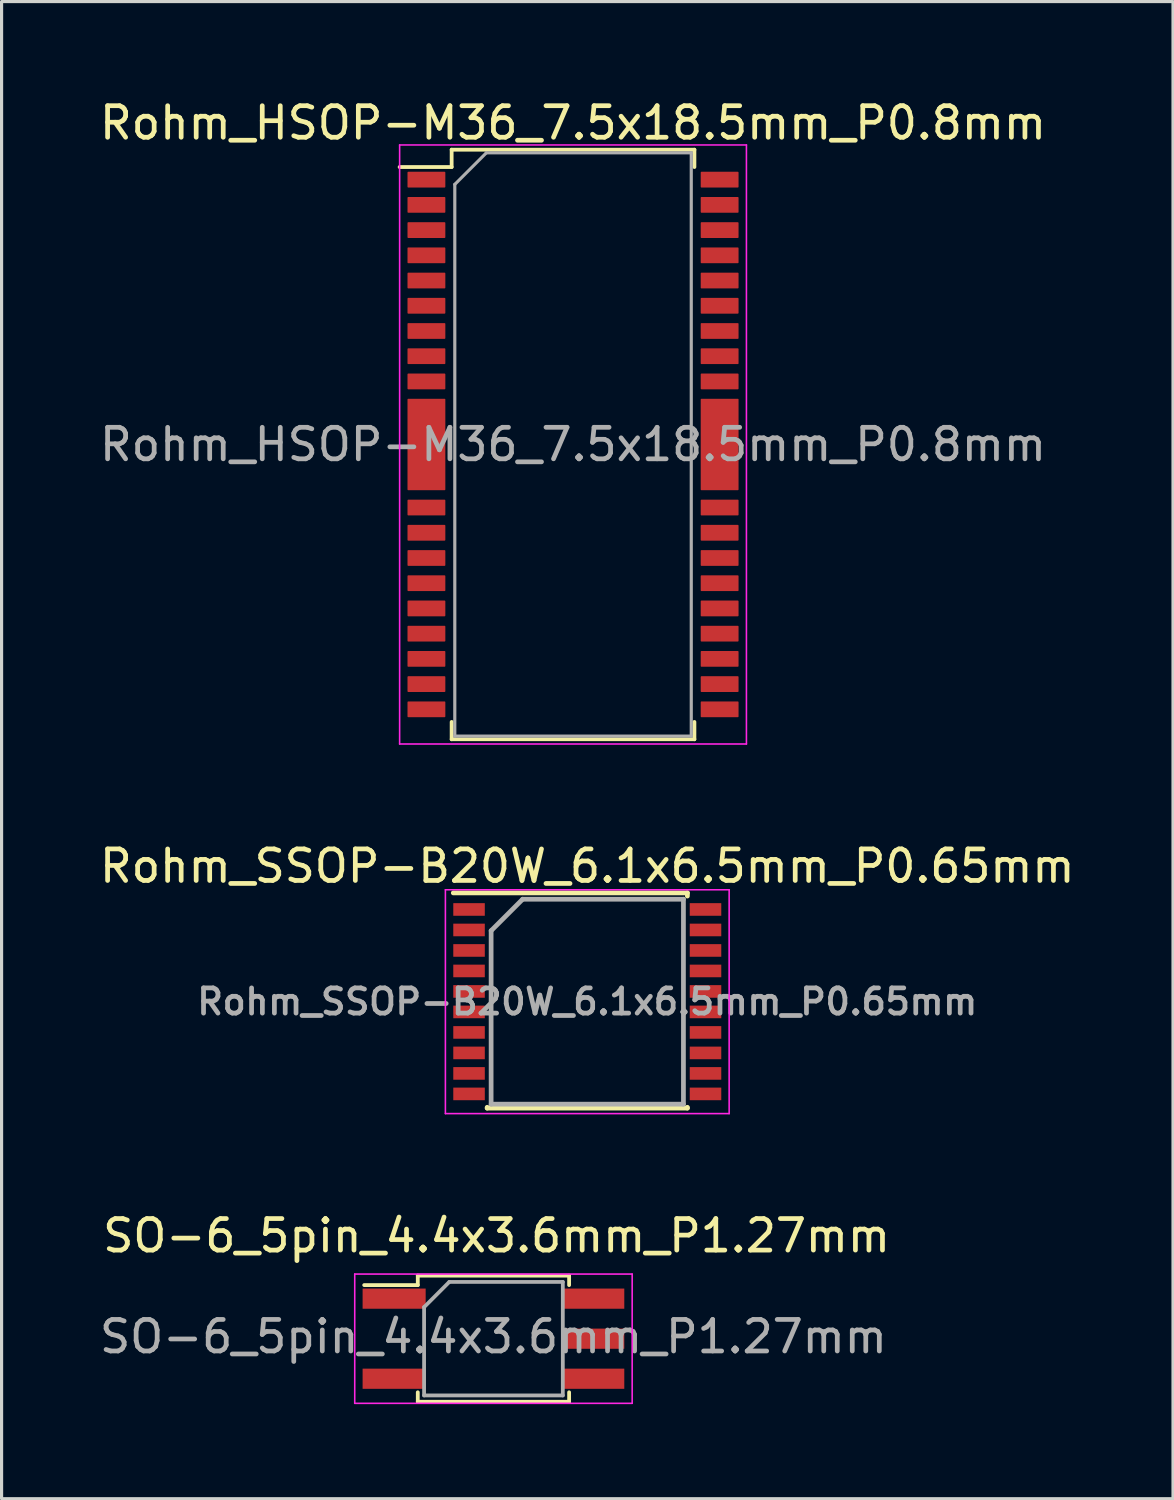
<source format=kicad_pcb>
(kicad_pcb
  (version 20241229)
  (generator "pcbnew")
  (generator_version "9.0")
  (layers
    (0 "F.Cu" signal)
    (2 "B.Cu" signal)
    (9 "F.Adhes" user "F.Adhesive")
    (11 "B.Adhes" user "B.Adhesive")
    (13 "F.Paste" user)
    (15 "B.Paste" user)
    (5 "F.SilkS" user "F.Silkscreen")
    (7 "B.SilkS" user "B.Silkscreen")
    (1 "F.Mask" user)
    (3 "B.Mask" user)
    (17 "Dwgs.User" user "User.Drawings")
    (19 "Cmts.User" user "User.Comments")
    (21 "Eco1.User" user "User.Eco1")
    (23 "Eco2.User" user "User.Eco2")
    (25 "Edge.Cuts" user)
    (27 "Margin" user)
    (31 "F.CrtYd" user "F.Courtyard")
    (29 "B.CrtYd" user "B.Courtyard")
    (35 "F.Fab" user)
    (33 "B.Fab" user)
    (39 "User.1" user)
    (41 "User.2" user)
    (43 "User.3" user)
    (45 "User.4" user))
  (footprint "SO-6_5pin_4.4x3.6mm_P1.27mm"
    (layer "F.Cu")
    (at 12.601 39.41)
    (property "Reference" "SO-6_5pin_4.4x3.6mm_P1.27mm" (at 0.1 -3.265 0) (layer "F.SilkS") (effects (font (size 1 1) (thickness 0.15))))
    (attr smd)
    (fp_line (start -2.4 -2) (end 2.4 -2) (stroke (width 0.12) (type solid)) (layer "F.SilkS"))
    (fp_line (start -2.4 -1.7) (end -4.1 -1.7) (stroke (width 0.12) (type solid)) (layer "F.SilkS"))
    (fp_line (start -2.4 -1.7) (end -2.4 -2) (stroke (width 0.12) (type solid)) (layer "F.SilkS"))
    (fp_line (start -2.4 2) (end -2.4 1.7) (stroke (width 0.12) (type solid)) (layer "F.SilkS"))
    (fp_line (start 2.4 -2) (end 2.4 -1.7) (stroke (width 0.12) (type solid)) (layer "F.SilkS"))
    (fp_line (start 2.4 1.7) (end 2.4 2) (stroke (width 0.12) (type solid)) (layer "F.SilkS"))
    (fp_line (start 2.4 2) (end -2.4 2) (stroke (width 0.12) (type solid)) (layer "F.SilkS"))
    (fp_line (start -4.4 -2.05) (end -4.4 2.05) (stroke (width 0.05) (type solid)) (layer "F.CrtYd"))
    (fp_line (start -4.4 -2.05) (end 4.4 -2.05) (stroke (width 0.05) (type solid)) (layer "F.CrtYd"))
    (fp_line (start 4.4 2.05) (end -4.4 2.05) (stroke (width 0.05) (type solid)) (layer "F.CrtYd"))
    (fp_line (start 4.4 2.05) (end 4.4 -2.05) (stroke (width 0.05) (type solid)) (layer "F.CrtYd"))
    (fp_line (start -2.2 -1) (end -1.4 -1.8) (stroke (width 0.12) (type solid)) (layer "F.Fab"))
    (fp_line (start -2.2 1.8) (end -2.2 -1) (stroke (width 0.12) (type solid)) (layer "F.Fab"))
    (fp_line (start -1.4 -1.8) (end 2.2 -1.8) (stroke (width 0.12) (type solid)) (layer "F.Fab"))
    (fp_line (start 2.2 -1.8) (end 2.2 1.8) (stroke (width 0.12) (type solid)) (layer "F.Fab"))
    (fp_line (start 2.2 1.8) (end -2.2 1.8) (stroke (width 0.12) (type solid)) (layer "F.Fab"))
    (fp_text user "${REFERENCE}" (at 0 -0.065 0) (layer "F.Fab") (effects (font (size 1 1) (thickness 0.15))))
    (pad "1" smd rect (at -3.15 -1.27) (size 2 0.64) (layers "F.Cu" "F.Mask" "F.Paste"))
    (pad "3" smd rect (at -3.15 1.27) (size 2 0.64) (layers "F.Cu" "F.Mask" "F.Paste"))
    (pad "4" smd rect (at 3.15 1.27) (size 2 0.64) (layers "F.Cu" "F.Mask" "F.Paste"))
    (pad "5" smd rect (at 3.15 0) (size 2 0.64) (layers "F.Cu" "F.Mask" "F.Paste"))
    (pad "6" smd rect (at 3.15 -1.27) (size 2 0.64) (layers "F.Cu" "F.Mask" "F.Paste")))
  (footprint "Rohm_SSOP-B20W_6.1x6.5mm_P0.65mm"
    (layer "F.Cu")
    (at 15.577 28.721)
    (property "Reference" "Rohm_SSOP-B20W_6.1x6.5mm_P0.65mm" (at 0 -4.3 0) (layer "F.SilkS") (effects (font (size 1 1) (thickness 0.15))))
    (attr smd)
    (fp_line (start -4.25 -3.45) (end 3.175 -3.45) (stroke (width 0.15) (type solid)) (layer "F.SilkS"))
    (fp_line (start -3.175 3.375) (end -3.175 3.35) (stroke (width 0.15) (type solid)) (layer "F.SilkS"))
    (fp_line (start -3.175 3.375) (end 3.175 3.375) (stroke (width 0.15) (type solid)) (layer "F.SilkS"))
    (fp_line (start 3.175 -3.45) (end 3.175 -3.35) (stroke (width 0.15) (type solid)) (layer "F.SilkS"))
    (fp_line (start 3.175 3.375) (end 3.175 3.35) (stroke (width 0.15) (type solid)) (layer "F.SilkS"))
    (fp_line (start -4.5 -3.55) (end -4.5 3.55) (stroke (width 0.05) (type solid)) (layer "F.CrtYd"))
    (fp_line (start -4.5 -3.55) (end 4.5 -3.55) (stroke (width 0.05) (type solid)) (layer "F.CrtYd"))
    (fp_line (start -4.5 3.55) (end 4.5 3.55) (stroke (width 0.05) (type solid)) (layer "F.CrtYd"))
    (fp_line (start 4.5 -3.55) (end 4.5 3.55) (stroke (width 0.05) (type solid)) (layer "F.CrtYd"))
    (fp_line (start -3.05 -2.25) (end -2.05 -3.25) (stroke (width 0.15) (type solid)) (layer "F.Fab"))
    (fp_line (start -3.05 3.25) (end -3.05 -2.25) (stroke (width 0.15) (type solid)) (layer "F.Fab"))
    (fp_line (start -2.05 -3.25) (end 3.05 -3.25) (stroke (width 0.15) (type solid)) (layer "F.Fab"))
    (fp_line (start 3.05 -3.25) (end 3.05 3.25) (stroke (width 0.15) (type solid)) (layer "F.Fab"))
    (fp_line (start 3.05 3.25) (end -3.05 3.25) (stroke (width 0.15) (type solid)) (layer "F.Fab"))
    (fp_text user "${REFERENCE}" (at 0 0 0) (layer "F.Fab") (effects (font (size 0.8 0.8) (thickness 0.15))))
    (pad "1" smd rect (at -3.75 -2.925) (size 1 0.4) (layers "F.Cu" "F.Mask" "F.Paste"))
    (pad "2" smd rect (at -3.75 -2.275) (size 1 0.4) (layers "F.Cu" "F.Mask" "F.Paste"))
    (pad "3" smd rect (at -3.75 -1.625) (size 1 0.4) (layers "F.Cu" "F.Mask" "F.Paste"))
    (pad "4" smd rect (at -3.75 -0.975) (size 1 0.4) (layers "F.Cu" "F.Mask" "F.Paste"))
    (pad "5" smd rect (at -3.75 -0.325) (size 1 0.4) (layers "F.Cu" "F.Mask" "F.Paste"))
    (pad "6" smd rect (at -3.75 0.325) (size 1 0.4) (layers "F.Cu" "F.Mask" "F.Paste"))
    (pad "7" smd rect (at -3.75 0.975) (size 1 0.4) (layers "F.Cu" "F.Mask" "F.Paste"))
    (pad "8" smd rect (at -3.75 1.625) (size 1 0.4) (layers "F.Cu" "F.Mask" "F.Paste"))
    (pad "9" smd rect (at -3.75 2.275) (size 1 0.4) (layers "F.Cu" "F.Mask" "F.Paste"))
    (pad "10" smd rect (at -3.75 2.925) (size 1 0.4) (layers "F.Cu" "F.Mask" "F.Paste"))
    (pad "11" smd rect (at 3.75 2.925) (size 1 0.4) (layers "F.Cu" "F.Mask" "F.Paste"))
    (pad "12" smd rect (at 3.75 2.275) (size 1 0.4) (layers "F.Cu" "F.Mask" "F.Paste"))
    (pad "13" smd rect (at 3.75 1.625) (size 1 0.4) (layers "F.Cu" "F.Mask" "F.Paste"))
    (pad "14" smd rect (at 3.75 0.975) (size 1 0.4) (layers "F.Cu" "F.Mask" "F.Paste"))
    (pad "15" smd rect (at 3.75 0.325) (size 1 0.4) (layers "F.Cu" "F.Mask" "F.Paste"))
    (pad "16" smd rect (at 3.75 -0.325) (size 1 0.4) (layers "F.Cu" "F.Mask" "F.Paste"))
    (pad "17" smd rect (at 3.75 -0.975) (size 1 0.4) (layers "F.Cu" "F.Mask" "F.Paste"))
    (pad "18" smd rect (at 3.75 -1.625) (size 1 0.4) (layers "F.Cu" "F.Mask" "F.Paste"))
    (pad "19" smd rect (at 3.75 -2.275) (size 1 0.4) (layers "F.Cu" "F.Mask" "F.Paste"))
    (pad "20" smd rect (at 3.75 -2.925) (size 1 0.4) (layers "F.Cu" "F.Mask" "F.Paste")))
  (footprint "Rohm_HSOP-M36_7.5x18.5mm_P0.8mm"
    (layer "F.Cu")
    (at 15.125 11.048)
    (property "Reference" "Rohm_HSOP-M36_7.5x18.5mm_P0.8mm" (at 0 -10.2 0) (layer "F.SilkS") (effects (font (size 1 1) (thickness 0.15))))
    (attr smd)
    (fp_line (start -3.85 -9.35) (end -3.85 -8.8) (stroke (width 0.12) (type solid)) (layer "F.SilkS"))
    (fp_line (start -3.85 -8.8) (end -5.5 -8.8) (stroke (width 0.12) (type solid)) (layer "F.SilkS"))
    (fp_line (start -3.85 9.35) (end -3.85 8.8) (stroke (width 0.12) (type solid)) (layer "F.SilkS"))
    (fp_line (start 3.85 -9.35) (end -3.85 -9.35) (stroke (width 0.12) (type solid)) (layer "F.SilkS"))
    (fp_line (start 3.85 -9.35) (end 3.85 -8.8) (stroke (width 0.12) (type solid)) (layer "F.SilkS"))
    (fp_line (start 3.85 9.35) (end -3.85 9.35) (stroke (width 0.12) (type solid)) (layer "F.SilkS"))
    (fp_line (start 3.85 9.35) (end 3.85 8.8) (stroke (width 0.12) (type solid)) (layer "F.SilkS"))
    (fp_line (start -5.5 -9.5) (end -5.5 9.5) (stroke (width 0.05) (type solid)) (layer "F.CrtYd"))
    (fp_line (start -5.5 -9.5) (end 5.5 -9.5) (stroke (width 0.05) (type solid)) (layer "F.CrtYd"))
    (fp_line (start 5.5 9.5) (end -5.5 9.5) (stroke (width 0.05) (type solid)) (layer "F.CrtYd"))
    (fp_line (start 5.5 9.5) (end 5.5 -9.5) (stroke (width 0.05) (type solid)) (layer "F.CrtYd"))
    (fp_line (start -3.75 -8.25) (end -3.75 9.25) (stroke (width 0.1) (type solid)) (layer "F.Fab"))
    (fp_line (start -3.75 9.25) (end 3.75 9.25) (stroke (width 0.1) (type solid)) (layer "F.Fab"))
    (fp_line (start -2.75 -9.25) (end -3.75 -8.25) (stroke (width 0.1) (type solid)) (layer "F.Fab"))
    (fp_line (start 3.75 -9.25) (end -2.75 -9.25) (stroke (width 0.1) (type solid)) (layer "F.Fab"))
    (fp_line (start 3.75 9.25) (end 3.75 -9.25) (stroke (width 0.1) (type solid)) (layer "F.Fab"))
    (fp_text user "${REFERENCE}" (at 0 0 0) (layer "F.Fab") (effects (font (size 1 1) (thickness 0.15))))
    (pad "1" smd roundrect (at -4.65 -8.4) (size 1.2 0.5) (layers "F.Cu" "F.Mask" "F.Paste") (roundrect_rratio 0.05))
    (pad "2" smd roundrect (at -4.65 -7.6) (size 1.2 0.5) (layers "F.Cu" "F.Mask" "F.Paste") (roundrect_rratio 0.05))
    (pad "3" smd roundrect (at -4.65 -6.8) (size 1.2 0.5) (layers "F.Cu" "F.Mask" "F.Paste") (roundrect_rratio 0.05))
    (pad "4" smd roundrect (at -4.65 -6) (size 1.2 0.5) (layers "F.Cu" "F.Mask" "F.Paste") (roundrect_rratio 0.05))
    (pad "5" smd roundrect (at -4.65 -5.2) (size 1.2 0.5) (layers "F.Cu" "F.Mask" "F.Paste") (roundrect_rratio 0.05))
    (pad "6" smd roundrect (at -4.65 -4.4) (size 1.2 0.5) (layers "F.Cu" "F.Mask" "F.Paste") (roundrect_rratio 0.05))
    (pad "7" smd roundrect (at -4.65 -3.6) (size 1.2 0.5) (layers "F.Cu" "F.Mask" "F.Paste") (roundrect_rratio 0.05))
    (pad "8" smd roundrect (at -4.65 -2.8) (size 1.2 0.5) (layers "F.Cu" "F.Mask" "F.Paste") (roundrect_rratio 0.05))
    (pad "9" smd roundrect (at -4.65 -2) (size 1.2 0.5) (layers "F.Cu" "F.Mask" "F.Paste") (roundrect_rratio 0.05))
    (pad "10" smd roundrect (at -4.65 2) (size 1.2 0.5) (layers "F.Cu" "F.Mask" "F.Paste") (roundrect_rratio 0.05))
    (pad "11" smd roundrect (at -4.65 2.8) (size 1.2 0.5) (layers "F.Cu" "F.Mask" "F.Paste") (roundrect_rratio 0.05))
    (pad "12" smd roundrect (at -4.65 3.6) (size 1.2 0.5) (layers "F.Cu" "F.Mask" "F.Paste") (roundrect_rratio 0.05))
    (pad "13" smd roundrect (at -4.65 4.4) (size 1.2 0.5) (layers "F.Cu" "F.Mask" "F.Paste") (roundrect_rratio 0.05))
    (pad "14" smd roundrect (at -4.65 5.2) (size 1.2 0.5) (layers "F.Cu" "F.Mask" "F.Paste") (roundrect_rratio 0.05))
    (pad "15" smd roundrect (at -4.65 6) (size 1.2 0.5) (layers "F.Cu" "F.Mask" "F.Paste") (roundrect_rratio 0.05))
    (pad "16" smd roundrect (at -4.65 6.8) (size 1.2 0.5) (layers "F.Cu" "F.Mask" "F.Paste") (roundrect_rratio 0.05))
    (pad "17" smd roundrect (at -4.65 7.6) (size 1.2 0.5) (layers "F.Cu" "F.Mask" "F.Paste") (roundrect_rratio 0.05))
    (pad "18" smd roundrect (at -4.65 8.4) (size 1.2 0.5) (layers "F.Cu" "F.Mask" "F.Paste") (roundrect_rratio 0.05))
    (pad "19" smd roundrect (at 4.65 8.4) (size 1.2 0.5) (layers "F.Cu" "F.Mask" "F.Paste") (roundrect_rratio 0.05))
    (pad "20" smd roundrect (at 4.65 7.6) (size 1.2 0.5) (layers "F.Cu" "F.Mask" "F.Paste") (roundrect_rratio 0.05))
    (pad "21" smd roundrect (at 4.65 6.8) (size 1.2 0.5) (layers "F.Cu" "F.Mask" "F.Paste") (roundrect_rratio 0.05))
    (pad "22" smd roundrect (at 4.65 6) (size 1.2 0.5) (layers "F.Cu" "F.Mask" "F.Paste") (roundrect_rratio 0.05))
    (pad "23" smd roundrect (at 4.65 5.2) (size 1.2 0.5) (layers "F.Cu" "F.Mask" "F.Paste") (roundrect_rratio 0.05))
    (pad "24" smd roundrect (at 4.65 4.4) (size 1.2 0.5) (layers "F.Cu" "F.Mask" "F.Paste") (roundrect_rratio 0.05))
    (pad "25" smd roundrect (at 4.65 3.6) (size 1.2 0.5) (layers "F.Cu" "F.Mask" "F.Paste") (roundrect_rratio 0.05))
    (pad "26" smd roundrect (at 4.65 2.8) (size 1.2 0.5) (layers "F.Cu" "F.Mask" "F.Paste") (roundrect_rratio 0.05))
    (pad "27" smd roundrect (at 4.65 2) (size 1.2 0.5) (layers "F.Cu" "F.Mask" "F.Paste") (roundrect_rratio 0.05))
    (pad "28" smd roundrect (at 4.65 -2) (size 1.2 0.5) (layers "F.Cu" "F.Mask" "F.Paste") (roundrect_rratio 0.05))
    (pad "29" smd roundrect (at 4.65 -2.8) (size 1.2 0.5) (layers "F.Cu" "F.Mask" "F.Paste") (roundrect_rratio 0.05))
    (pad "30" smd roundrect (at 4.65 -3.6) (size 1.2 0.5) (layers "F.Cu" "F.Mask" "F.Paste") (roundrect_rratio 0.05))
    (pad "31" smd roundrect (at 4.65 -4.4) (size 1.2 0.5) (layers "F.Cu" "F.Mask" "F.Paste") (roundrect_rratio 0.05))
    (pad "32" smd roundrect (at 4.65 -5.2) (size 1.2 0.5) (layers "F.Cu" "F.Mask" "F.Paste") (roundrect_rratio 0.05))
    (pad "33" smd roundrect (at 4.65 -6) (size 1.2 0.5) (layers "F.Cu" "F.Mask" "F.Paste") (roundrect_rratio 0.05))
    (pad "34" smd roundrect (at 4.65 -6.8) (size 1.2 0.5) (layers "F.Cu" "F.Mask" "F.Paste") (roundrect_rratio 0.05))
    (pad "35" smd roundrect (at 4.65 -7.6) (size 1.2 0.5) (layers "F.Cu" "F.Mask" "F.Paste") (roundrect_rratio 0.05))
    (pad "36" smd roundrect (at 4.65 -8.4) (size 1.2 0.5) (layers "F.Cu" "F.Mask" "F.Paste") (roundrect_rratio 0.05))
    (pad "37" smd roundrect (at -4.65 0) (size 1.2 2.9) (layers "F.Cu" "F.Mask" "F.Paste") (roundrect_rratio 0.02))
    (pad "38" smd roundrect (at 4.65 0) (size 1.2 2.9) (layers "F.Cu" "F.Mask" "F.Paste") (roundrect_rratio 0.02)))
  (gr_rect
    (start -3 -3)
    (end 34.155 44.485)
    (stroke (width 0.1) (type default))
    (fill no)
    (layer "Edge.Cuts")))
</source>
